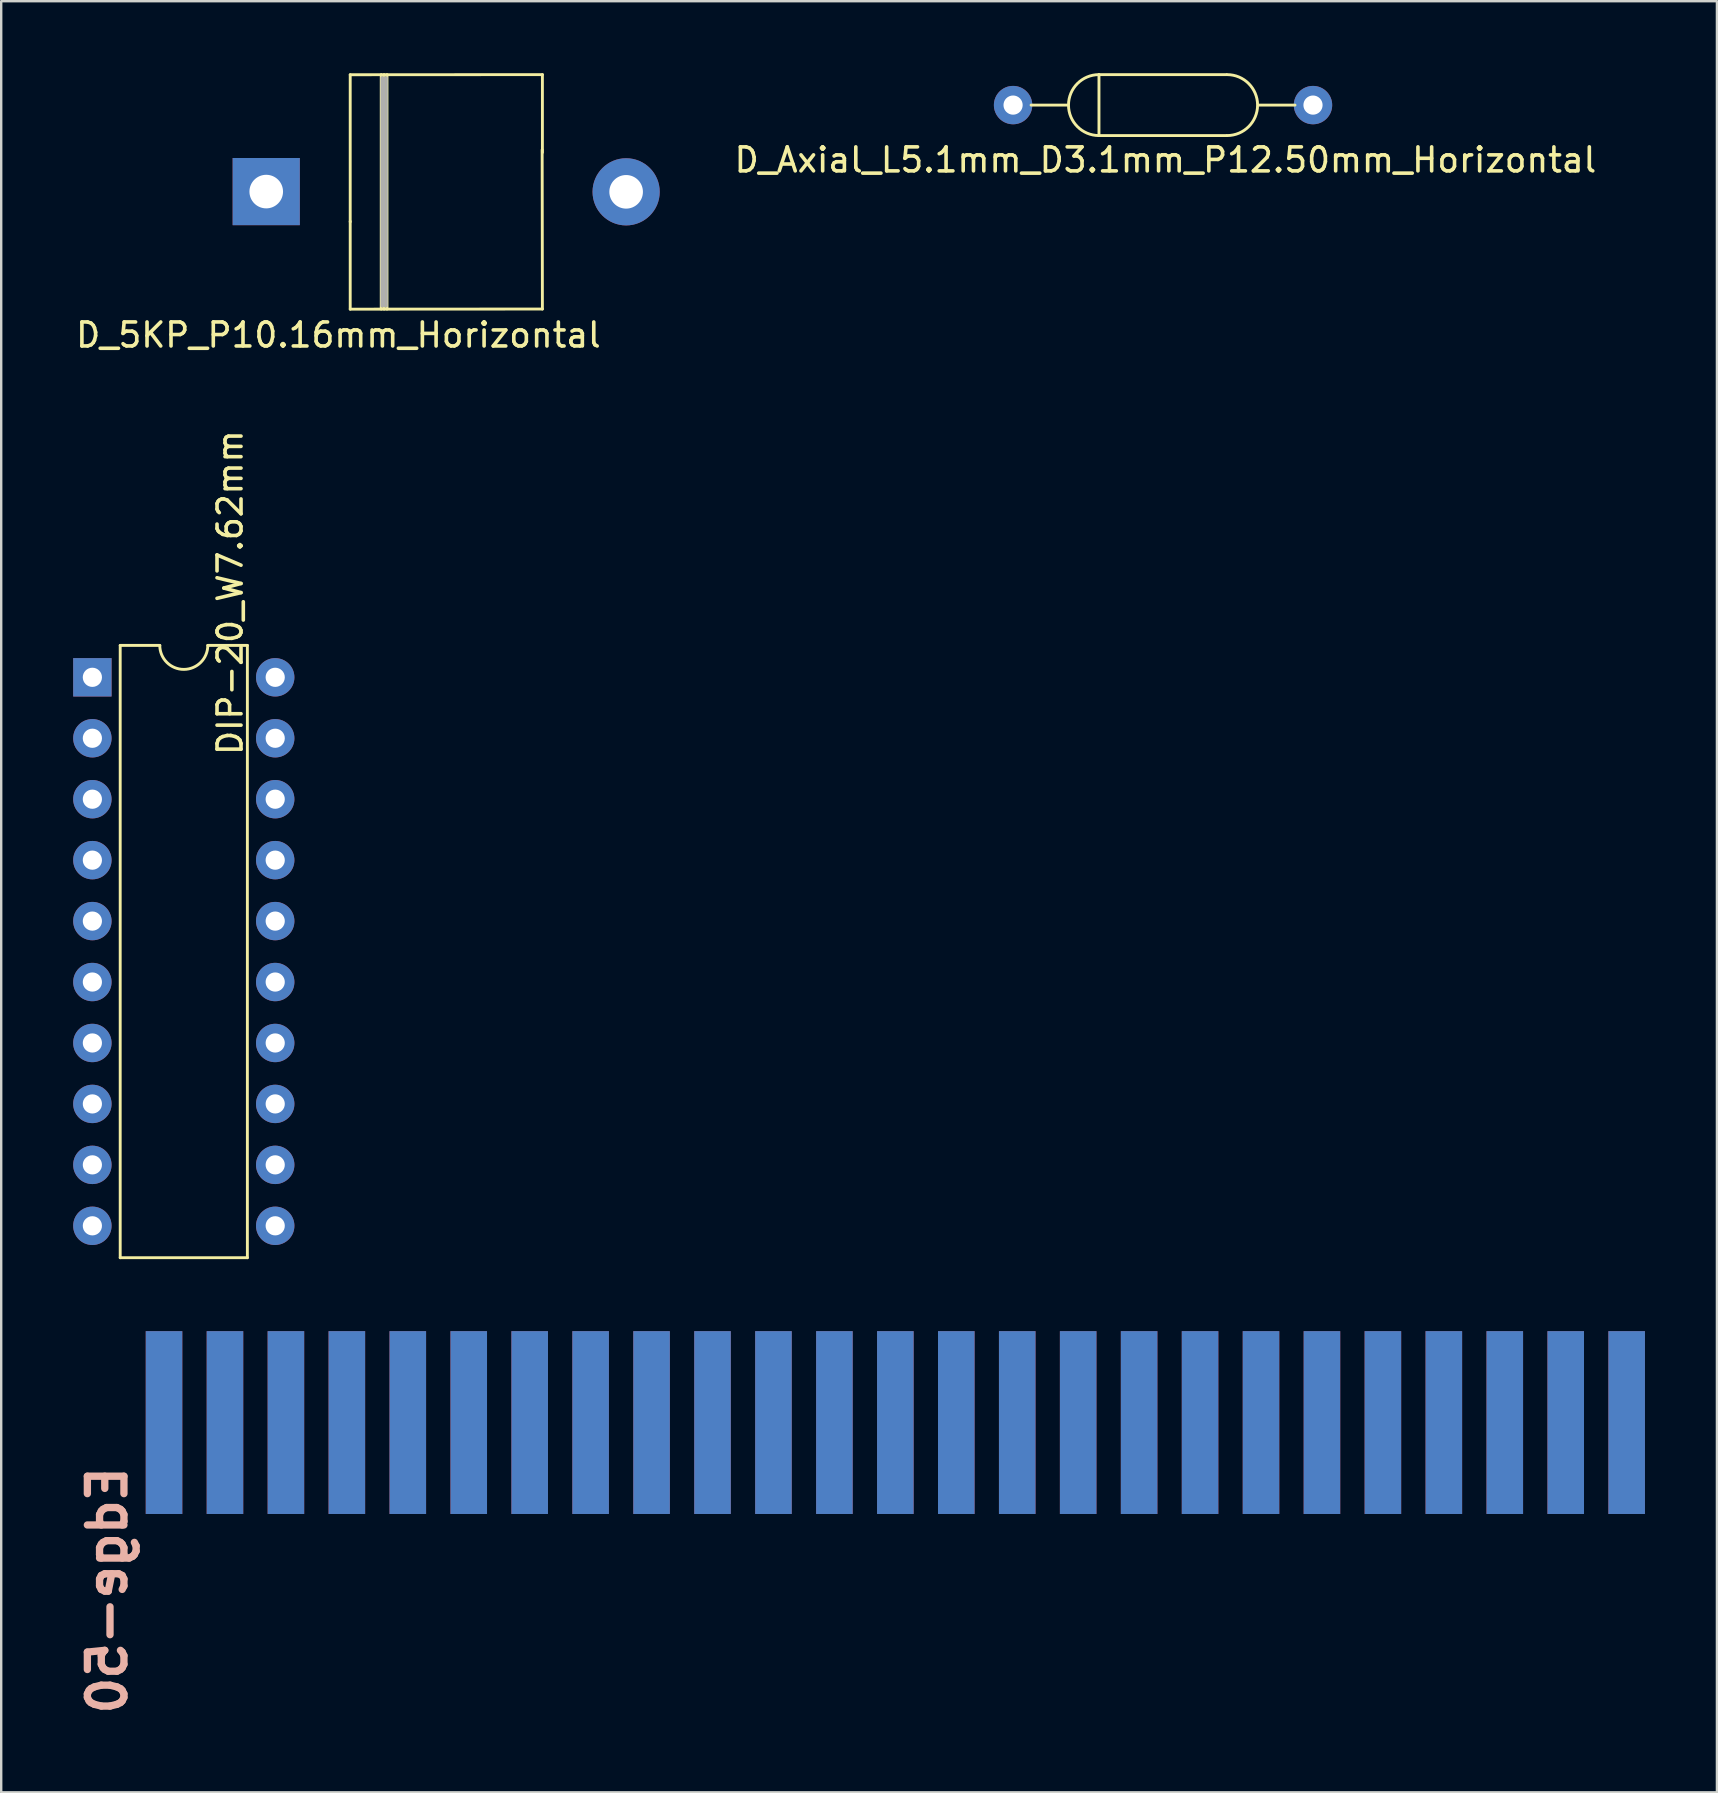
<source format=kicad_pcb>
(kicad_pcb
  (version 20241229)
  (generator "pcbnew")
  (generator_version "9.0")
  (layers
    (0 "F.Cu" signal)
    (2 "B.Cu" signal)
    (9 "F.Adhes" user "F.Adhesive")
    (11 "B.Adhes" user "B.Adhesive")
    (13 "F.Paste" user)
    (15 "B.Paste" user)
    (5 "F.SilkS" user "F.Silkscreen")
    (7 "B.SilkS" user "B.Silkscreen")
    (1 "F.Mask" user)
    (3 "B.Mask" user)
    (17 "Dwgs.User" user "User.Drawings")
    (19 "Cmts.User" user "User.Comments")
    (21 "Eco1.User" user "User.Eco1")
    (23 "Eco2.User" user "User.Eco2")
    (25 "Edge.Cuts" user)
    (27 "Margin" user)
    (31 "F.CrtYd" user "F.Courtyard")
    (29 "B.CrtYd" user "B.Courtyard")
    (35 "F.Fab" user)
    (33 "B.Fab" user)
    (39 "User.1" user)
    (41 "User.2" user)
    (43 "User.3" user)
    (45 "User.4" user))
  (footprint "Edge-50"
    (layer "F.Cu")
    (at 24.106 57.509)
    (property "Reference" "Edge-50" (at -22.68 5.72 270) (layer "B.SilkS") (effects (font (size 1.524 1.524) (thickness 0.305)) (justify mirror)))
    (attr through_hole)
    (pad "1" connect rect (at 40.64 -1.27) (size 1.524 7.62) (layers "F.Cu" "F.Mask"))
    (pad "2" connect rect (at 40.64 -1.27 180) (size 1.524 7.62) (layers "B.Cu" "B.Mask"))
    (pad "3" connect rect (at 38.1 -1.27) (size 1.524 7.62) (layers "F.Cu" "F.Mask"))
    (pad "4" connect rect (at 38.1 -1.27 180) (size 1.524 7.62) (layers "B.Cu" "B.Mask"))
    (pad "5" connect rect (at 35.56 -1.27) (size 1.524 7.62) (layers "F.Cu" "F.Mask"))
    (pad "6" connect rect (at 35.56 -1.27 180) (size 1.524 7.62) (layers "B.Cu" "B.Mask"))
    (pad "7" connect rect (at 33.02 -1.27) (size 1.524 7.62) (layers "F.Cu" "F.Mask"))
    (pad "8" connect rect (at 33.02 -1.27 180) (size 1.524 7.62) (layers "B.Cu" "B.Mask"))
    (pad "9" connect rect (at 30.48 -1.27) (size 1.524 7.62) (layers "F.Cu" "F.Mask"))
    (pad "10" connect rect (at 30.48 -1.27 180) (size 1.524 7.62) (layers "B.Cu" "B.Mask"))
    (pad "11" connect rect (at 27.94 -1.27) (size 1.524 7.62) (layers "F.Cu" "F.Mask"))
    (pad "12" connect rect (at 27.94 -1.27 180) (size 1.524 7.62) (layers "B.Cu" "B.Mask"))
    (pad "13" connect rect (at 25.4 -1.27) (size 1.524 7.62) (layers "F.Cu" "F.Mask"))
    (pad "14" connect rect (at 25.4 -1.27 180) (size 1.524 7.62) (layers "B.Cu" "B.Mask"))
    (pad "15" connect rect (at 22.86 -1.27) (size 1.524 7.62) (layers "F.Cu" "F.Mask"))
    (pad "16" connect rect (at 22.86 -1.27 180) (size 1.524 7.62) (layers "B.Cu" "B.Mask"))
    (pad "17" connect rect (at 20.32 -1.27) (size 1.524 7.62) (layers "F.Cu" "F.Mask"))
    (pad "18" connect rect (at 20.32 -1.27 180) (size 1.524 7.62) (layers "B.Cu" "B.Mask"))
    (pad "19" connect rect (at 17.78 -1.27) (size 1.524 7.62) (layers "F.Cu" "F.Mask"))
    (pad "20" connect rect (at 17.78 -1.27 180) (size 1.524 7.62) (layers "B.Cu" "B.Mask"))
    (pad "21" connect rect (at 15.24 -1.27) (size 1.524 7.62) (layers "F.Cu" "F.Mask"))
    (pad "22" connect rect (at 15.24 -1.27 180) (size 1.524 7.62) (layers "B.Cu" "B.Mask"))
    (pad "23" connect rect (at 12.7 -1.27) (size 1.524 7.62) (layers "F.Cu" "F.Mask"))
    (pad "24" connect rect (at 12.7 -1.27 180) (size 1.524 7.62) (layers "B.Cu" "B.Mask"))
    (pad "25" connect rect (at 10.16 -1.27) (size 1.524 7.62) (layers "F.Cu" "F.Mask"))
    (pad "26" connect rect (at 10.16 -1.27 180) (size 1.524 7.62) (layers "B.Cu" "B.Mask"))
    (pad "27" connect rect (at 7.62 -1.27) (size 1.524 7.62) (layers "F.Cu" "F.Mask"))
    (pad "28" connect rect (at 7.62 -1.27 180) (size 1.524 7.62) (layers "B.Cu" "B.Mask"))
    (pad "29" connect rect (at 5.08 -1.27) (size 1.524 7.62) (layers "F.Cu" "F.Mask"))
    (pad "30" connect rect (at 5.08 -1.27 180) (size 1.524 7.62) (layers "B.Cu" "B.Mask"))
    (pad "31" connect rect (at 2.54 -1.27) (size 1.524 7.62) (layers "F.Cu" "F.Mask"))
    (pad "32" connect rect (at 2.54 -1.27 180) (size 1.524 7.62) (layers "B.Cu" "B.Mask"))
    (pad "33" connect rect (at 0 -1.27) (size 1.524 7.62) (layers "F.Cu" "F.Mask"))
    (pad "34" connect rect (at 0 -1.27 180) (size 1.524 7.62) (layers "B.Cu" "B.Mask"))
    (pad "35" connect rect (at -2.54 -1.27) (size 1.524 7.62) (layers "F.Cu" "F.Mask"))
    (pad "36" connect rect (at -2.54 -1.27 180) (size 1.524 7.62) (layers "B.Cu" "B.Mask"))
    (pad "37" connect rect (at -5.08 -1.27) (size 1.524 7.62) (layers "F.Cu" "F.Mask"))
    (pad "38" connect rect (at -5.08 -1.27 180) (size 1.524 7.62) (layers "B.Cu" "B.Mask"))
    (pad "39" connect rect (at -7.62 -1.27) (size 1.524 7.62) (layers "F.Cu" "F.Mask"))
    (pad "40" connect rect (at -7.62 -1.27 180) (size 1.524 7.62) (layers "B.Cu" "B.Mask"))
    (pad "41" connect rect (at -10.16 -1.27) (size 1.524 7.62) (layers "F.Cu" "F.Mask"))
    (pad "42" connect rect (at -10.16 -1.27 180) (size 1.524 7.62) (layers "B.Cu" "B.Mask"))
    (pad "43" connect rect (at -12.7 -1.27) (size 1.524 7.62) (layers "F.Cu" "F.Mask"))
    (pad "44" connect rect (at -12.7 -1.27 180) (size 1.524 7.62) (layers "B.Cu" "B.Mask"))
    (pad "45" connect rect (at -15.24 -1.27) (size 1.524 7.62) (layers "F.Cu" "F.Mask"))
    (pad "46" connect rect (at -15.24 -1.27 180) (size 1.524 7.62) (layers "B.Cu" "B.Mask"))
    (pad "47" connect rect (at -17.78 -1.27) (size 1.524 7.62) (layers "F.Cu" "F.Mask"))
    (pad "48" connect rect (at -17.78 -1.27 180) (size 1.524 7.62) (layers "B.Cu" "B.Mask"))
    (pad "49" connect rect (at -20.32 -1.27) (size 1.524 7.62) (layers "F.Cu" "F.Mask"))
    (pad "50" connect rect (at -20.32 -1.27 180) (size 1.524 7.62) (layers "B.Cu" "B.Mask")))
  (footprint "D_Axial_L5.1mm_D3.1mm_P12.50mm_Horizontal"
    (layer "F.Cu")
    (at 39.173 1.33)
    (property "Reference" "D_Axial_L5.1mm_D3.1mm_P12.50mm_Horizontal" (at 6.35 2.286 0) (layer "F.SilkS") (effects (font (size 1 1) (thickness 0.15))))
    (attr through_hole)
    (fp_line (start 0.75 0) (end 2.25 0) (stroke (width 0.12) (type solid)) (layer "F.SilkS"))
    (fp_line (start 3.58 -1.27) (end 3.58 1.27) (stroke (width 0.12) (type solid)) (layer "F.SilkS"))
    (fp_line (start 3.58 1.27) (end 8.89 1.27) (stroke (width 0.12) (type solid)) (layer "F.SilkS"))
    (fp_line (start 8.89 -1.27) (end 3.58 -1.27) (stroke (width 0.12) (type solid)) (layer "F.SilkS"))
    (fp_line (start 11.75 0) (end 10.25 0) (stroke (width 0.12) (type solid)) (layer "F.SilkS"))
    (fp_arc (start 3.58 1.27) (mid 2.31 0) (end 3.58 -1.27) (stroke (width 0.12) (type solid)) (layer "F.SilkS"))
    (fp_arc (start 8.92 -1.27) (mid 10.19 0) (end 8.92 1.27) (stroke (width 0.12) (type solid)) (layer "F.SilkS"))
    (pad "1" thru_hole circle (at 0 0) (size 1.6 1.6) (drill 0.8) (layers "*.Cu" "*.Mask"))
    (pad "2" thru_hole oval (at 12.5 0) (size 1.6 1.6) (drill 0.8) (layers "*.Cu" "*.Mask")))
  (footprint "D_5KP_P10.16mm_Horizontal"
    (layer "F.Cu")
    (at 10.546 4.945)
    (property "Reference" "D_5KP_P10.16mm_Horizontal" (at 0.508 5.969 0) (layer "F.SilkS") (effects (font (size 1 1) (thickness 0.15))))
    (attr through_hole)
    (fp_line (start 1 -4.88) (end 9.01 -4.885) (stroke (width 0.12) (type solid)) (layer "F.SilkS"))
    (fp_line (start 1 1.23) (end 1 4.89) (stroke (width 0.12) (type solid)) (layer "F.SilkS"))
    (fp_line (start 1 1.25) (end 1 -4.88) (stroke (width 0.12) (type solid)) (layer "F.SilkS"))
    (fp_line (start 1 4.89) (end 9.01 4.885) (stroke (width 0.12) (type solid)) (layer "F.SilkS"))
    (fp_line (start 2.293 -4.885) (end 2.293 4.885) (stroke (width 0.12) (type solid)) (layer "F.SilkS"))
    (fp_line (start 2.413 -4.885) (end 2.413 4.885) (stroke (width 0.12) (type solid)) (layer "F.SilkS"))
    (fp_line (start 2.533 -4.885) (end 2.533 4.885) (stroke (width 0.12) (type solid)) (layer "F.SilkS"))
    (fp_line (start 9.01 -4.885) (end 9.01 -1.64) (stroke (width 0.12) (type solid)) (layer "F.SilkS"))
    (fp_line (start 9.01 4.885) (end 9 -1.75) (stroke (width 0.12) (type solid)) (layer "F.SilkS"))
    (fp_line (start 2.313 -4.765) (end 2.313 4.765) (stroke (width 0.1) (type solid)) (layer "F.Fab"))
    (fp_line (start 2.413 -4.765) (end 2.413 4.765) (stroke (width 0.1) (type solid)) (layer "F.Fab"))
    (fp_line (start 2.513 -4.765) (end 2.513 4.765) (stroke (width 0.1) (type solid)) (layer "F.Fab"))
    (pad "1" thru_hole rect (at -2.5 -0.01) (size 2.8 2.8) (drill 1.4) (layers "*.Cu" "*.Mask"))
    (pad "2" thru_hole oval (at 12.5 0) (size 2.8 2.8) (drill 1.4) (layers "*.Cu" "*.Mask")))
  (footprint "DIP-20_W7.62mm"
    (layer "F.Cu")
    (at 0.8 25.179)
    (property "Reference" "DIP-20_W7.62mm" (at 5.74 -3.53 90) (layer "F.SilkS") (effects (font (size 1 1) (thickness 0.15))))
    (attr through_hole)
    (fp_line (start 1.16 -1.33) (end 1.16 24.19) (stroke (width 0.12) (type solid)) (layer "F.SilkS"))
    (fp_line (start 1.16 24.19) (end 6.46 24.19) (stroke (width 0.12) (type solid)) (layer "F.SilkS"))
    (fp_line (start 2.81 -1.33) (end 1.16 -1.33) (stroke (width 0.12) (type solid)) (layer "F.SilkS"))
    (fp_line (start 6.46 -1.33) (end 4.81 -1.33) (stroke (width 0.12) (type solid)) (layer "F.SilkS"))
    (fp_line (start 6.46 24.19) (end 6.46 -1.33) (stroke (width 0.12) (type solid)) (layer "F.SilkS"))
    (fp_arc (start 4.81 -1.33) (mid 3.81 -0.33) (end 2.81 -1.33) (stroke (width 0.12) (type solid)) (layer "F.SilkS"))
    (pad "1" thru_hole rect (at 0 0) (size 1.6 1.6) (drill 0.8) (layers "*.Cu" "*.Mask"))
    (pad "2" thru_hole oval (at 0 2.54) (size 1.6 1.6) (drill 0.8) (layers "*.Cu" "*.Mask"))
    (pad "3" thru_hole oval (at 0 5.08) (size 1.6 1.6) (drill 0.8) (layers "*.Cu" "*.Mask"))
    (pad "4" thru_hole oval (at 0 7.62) (size 1.6 1.6) (drill 0.8) (layers "*.Cu" "*.Mask"))
    (pad "5" thru_hole oval (at 0 10.16) (size 1.6 1.6) (drill 0.8) (layers "*.Cu" "*.Mask"))
    (pad "6" thru_hole oval (at 0 12.7) (size 1.6 1.6) (drill 0.8) (layers "*.Cu" "*.Mask"))
    (pad "7" thru_hole oval (at 0 15.24) (size 1.6 1.6) (drill 0.8) (layers "*.Cu" "*.Mask"))
    (pad "8" thru_hole oval (at 0 17.78) (size 1.6 1.6) (drill 0.8) (layers "*.Cu" "*.Mask"))
    (pad "9" thru_hole oval (at 0 20.32) (size 1.6 1.6) (drill 0.8) (layers "*.Cu" "*.Mask"))
    (pad "10" thru_hole oval (at 0 22.86) (size 1.6 1.6) (drill 0.8) (layers "*.Cu" "*.Mask"))
    (pad "11" thru_hole oval (at 7.62 22.86) (size 1.6 1.6) (drill 0.8) (layers "*.Cu" "*.Mask"))
    (pad "12" thru_hole oval (at 7.62 20.32) (size 1.6 1.6) (drill 0.8) (layers "*.Cu" "*.Mask"))
    (pad "13" thru_hole oval (at 7.62 17.78) (size 1.6 1.6) (drill 0.8) (layers "*.Cu" "*.Mask"))
    (pad "14" thru_hole oval (at 7.62 15.24) (size 1.6 1.6) (drill 0.8) (layers "*.Cu" "*.Mask"))
    (pad "15" thru_hole oval (at 7.62 12.7) (size 1.6 1.6) (drill 0.8) (layers "*.Cu" "*.Mask"))
    (pad "16" thru_hole oval (at 7.62 10.16) (size 1.6 1.6) (drill 0.8) (layers "*.Cu" "*.Mask"))
    (pad "17" thru_hole oval (at 7.62 7.62) (size 1.6 1.6) (drill 0.8) (layers "*.Cu" "*.Mask"))
    (pad "18" thru_hole oval (at 7.62 5.08) (size 1.6 1.6) (drill 0.8) (layers "*.Cu" "*.Mask"))
    (pad "19" thru_hole oval (at 7.62 2.54) (size 1.6 1.6) (drill 0.8) (layers "*.Cu" "*.Mask"))
    (pad "20" thru_hole oval (at 7.62 0) (size 1.6 1.6) (drill 0.8) (layers "*.Cu" "*.Mask")))
  (gr_rect
    (start -3 -3)
    (end 68.508 71.65)
    (stroke (width 0.1) (type default))
    (fill no)
    (layer "Edge.Cuts")))
</source>
